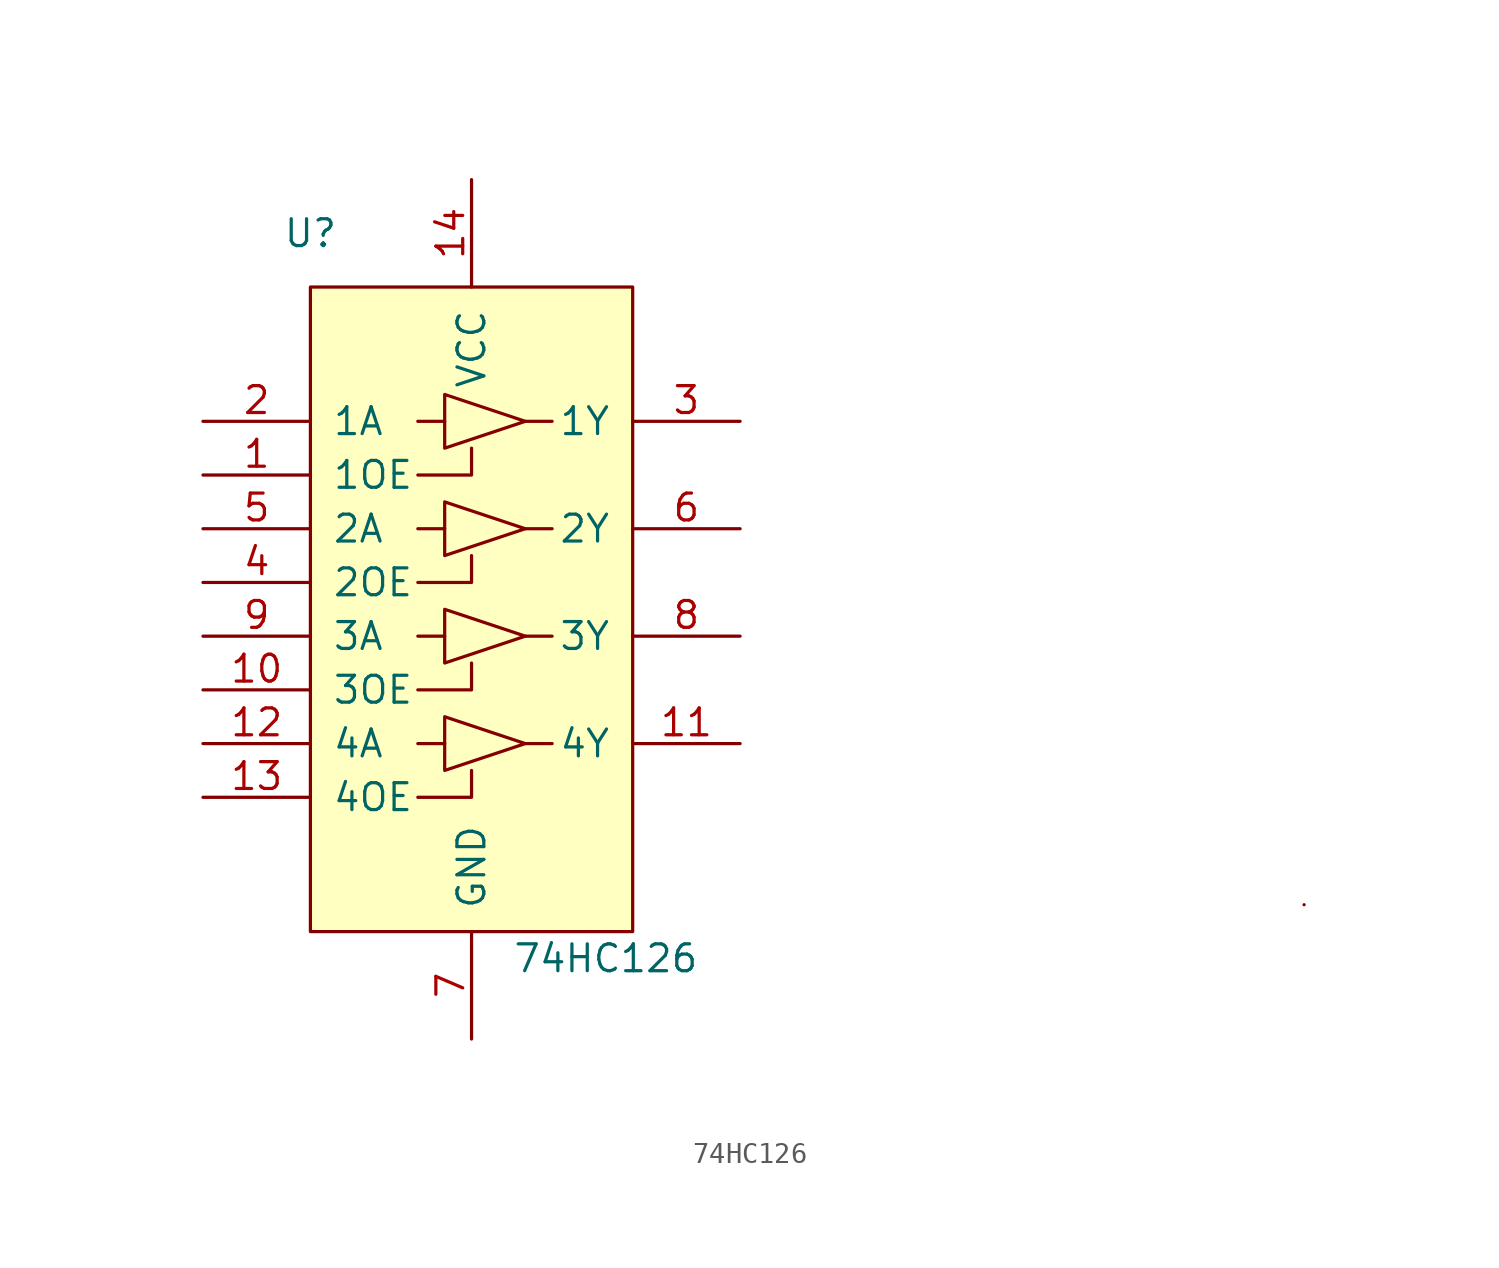
<source format=kicad_sym>
(kicad_symbol_lib
  (version 20211014)
  (generator kicad_symbol_editor)
  (symbol "74HC126"
    (pin_names
      (offset 1.016))
    (property "Reference" "U"
      (at -7.62 16.51 0)
      (effects (font (size 1.27 1.27))))
    (property "Value" "74HC126"
      (at 6.35 -17.78 0)
      (effects (font (size 1.27 1.27))))
    (symbol "74HC126_0_1"
      (polyline (pts (xy 2.54 -7.62) (xy 3.81 -7.62)) (stroke (width 0) (type default) (color 0 0 0 0)) (fill (type none)))
      (polyline (pts (xy 2.54 -2.54) (xy 3.81 -2.54)) (stroke (width 0) (type default) (color 0 0 0 0)) (fill (type none)))
      (polyline (pts (xy 2.54 2.54) (xy 3.81 2.54)) (stroke (width 0) (type default) (color 0 0 0 0)) (fill (type none)))
      (polyline (pts (xy 2.54 7.62) (xy 3.81 7.62)) (stroke (width 0) (type default) (color 0 0 0 0)) (fill (type none))))
    (symbol "74HC126_1_0"
      (pin input line (at -12.7 5.08 0) (length 5.08) (name "1OE" (effects (font (size 1.27 1.27)))) (number "1" (effects (font (size 1.27 1.27)))))
      (pin input line (at -12.7 -5.08 0) (length 5.08) (name "3OE" (effects (font (size 1.27 1.27)))) (number "10" (effects (font (size 1.27 1.27)))))
      (pin tri_state line (at 12.7 -7.62 180) (length 5.08) (name "4Y" (effects (font (size 1.27 1.27)))) (number "11" (effects (font (size 1.27 1.27)))))
      (pin input line (at -12.7 -7.62 0) (length 5.08) (name "4A" (effects (font (size 1.27 1.27)))) (number "12" (effects (font (size 1.27 1.27)))))
      (pin input line (at -12.7 -10.16 0) (length 5.08) (name "4OE" (effects (font (size 1.27 1.27)))) (number "13" (effects (font (size 1.27 1.27)))))
      (pin power_in line (at 0 19.05 270) (length 5.08) (name "VCC" (effects (font (size 1.27 1.27)))) (number "14" (effects (font (size 1.27 1.27)))))
      (pin input line (at -12.7 7.62 0) (length 5.08) (name "1A" (effects (font (size 1.27 1.27)))) (number "2" (effects (font (size 1.27 1.27)))))
      (pin tri_state line (at 12.7 7.62 180) (length 5.08) (name "1Y" (effects (font (size 1.27 1.27)))) (number "3" (effects (font (size 1.27 1.27)))))
      (pin input line (at -12.7 0 0) (length 5.08) (name "2OE" (effects (font (size 1.27 1.27)))) (number "4" (effects (font (size 1.27 1.27)))))
      (pin input line (at -12.7 2.54 0) (length 5.08) (name "2A" (effects (font (size 1.27 1.27)))) (number "5" (effects (font (size 1.27 1.27)))))
      (pin tri_state line (at 12.7 2.54 180) (length 5.08) (name "2Y" (effects (font (size 1.27 1.27)))) (number "6" (effects (font (size 1.27 1.27)))))
      (pin power_in line (at 0 -21.59 90) (length 5.08) (name "GND" (effects (font (size 1.27 1.27)))) (number "7" (effects (font (size 1.27 1.27)))))
      (pin tri_state line (at 12.7 -2.54 180) (length 5.08) (name "3Y" (effects (font (size 1.27 1.27)))) (number "8" (effects (font (size 1.27 1.27)))))
      (pin input line (at -12.7 -2.54 0) (length 5.08) (name "3A" (effects (font (size 1.27 1.27)))) (number "9" (effects (font (size 1.27 1.27))))))
    (symbol "74HC126_1_1"
      (rectangle (start -7.62 13.97) (end 7.62 -16.51) (stroke (width 0) (type default) (color 0 0 0 0)) (fill (type background)))
      (polyline (pts (xy -2.54 -7.62) (xy -1.27 -7.62)) (stroke (width 0) (type default) (color 0 0 0 0)) (fill (type none)))
      (polyline (pts (xy -2.54 -2.54) (xy -1.27 -2.54)) (stroke (width 0) (type default) (color 0 0 0 0)) (fill (type none)))
      (polyline (pts (xy -2.54 2.54) (xy -1.27 2.54)) (stroke (width 0) (type default) (color 0 0 0 0)) (fill (type none)))
      (polyline (pts (xy -2.54 7.62) (xy -1.27 7.62)) (stroke (width 0) (type default) (color 0 0 0 0)) (fill (type none)))
      (polyline (pts (xy 39.37 -15.24) (xy 39.37 -15.24)) (stroke (width 0) (type default) (color 0 0 0 0)) (fill (type none)))
      (polyline (pts (xy -2.54 -10.16) (xy 0 -10.16) (xy 0 -8.89)) (stroke (width 0) (type default) (color 0 0 0 0)) (fill (type none)))
      (polyline (pts (xy -2.54 -5.08) (xy 0 -5.08) (xy 0 -3.81)) (stroke (width 0) (type default) (color 0 0 0 0)) (fill (type none)))
      (polyline (pts (xy -2.54 0) (xy 0 0) (xy 0 1.27)) (stroke (width 0) (type default) (color 0 0 0 0)) (fill (type none)))
      (polyline (pts (xy -2.54 5.08) (xy 0 5.08) (xy 0 6.35)) (stroke (width 0) (type default) (color 0 0 0 0)) (fill (type none)))
      (polyline (pts (xy -1.27 -6.35) (xy -1.27 -8.89) (xy 2.54 -7.62) (xy -1.27 -6.35)) (stroke (width 0) (type default) (color 0 0 0 0)) (fill (type none)))
      (polyline (pts (xy -1.27 -1.27) (xy -1.27 -3.81) (xy 2.54 -2.54) (xy -1.27 -1.27)) (stroke (width 0) (type default) (color 0 0 0 0)) (fill (type none)))
      (polyline (pts (xy -1.27 3.81) (xy -1.27 1.27) (xy 2.54 2.54) (xy -1.27 3.81)) (stroke (width 0) (type default) (color 0 0 0 0)) (fill (type none)))
      (polyline (pts (xy -1.27 8.89) (xy -1.27 6.35) (xy 2.54 7.62) (xy -1.27 8.89)) (stroke (width 0) (type default) (color 0 0 0 0)) (fill (type none))))))
</source>
